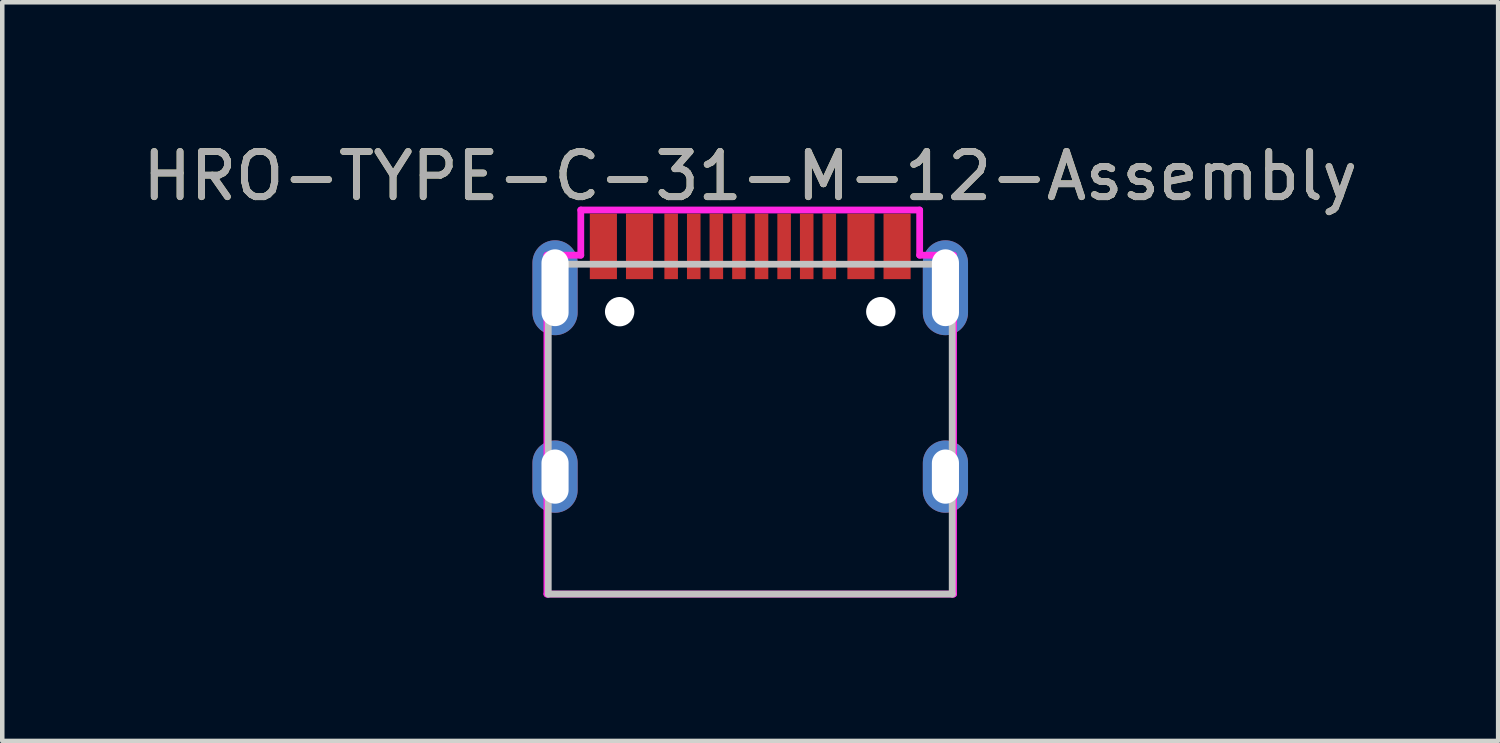
<source format=kicad_pcb>
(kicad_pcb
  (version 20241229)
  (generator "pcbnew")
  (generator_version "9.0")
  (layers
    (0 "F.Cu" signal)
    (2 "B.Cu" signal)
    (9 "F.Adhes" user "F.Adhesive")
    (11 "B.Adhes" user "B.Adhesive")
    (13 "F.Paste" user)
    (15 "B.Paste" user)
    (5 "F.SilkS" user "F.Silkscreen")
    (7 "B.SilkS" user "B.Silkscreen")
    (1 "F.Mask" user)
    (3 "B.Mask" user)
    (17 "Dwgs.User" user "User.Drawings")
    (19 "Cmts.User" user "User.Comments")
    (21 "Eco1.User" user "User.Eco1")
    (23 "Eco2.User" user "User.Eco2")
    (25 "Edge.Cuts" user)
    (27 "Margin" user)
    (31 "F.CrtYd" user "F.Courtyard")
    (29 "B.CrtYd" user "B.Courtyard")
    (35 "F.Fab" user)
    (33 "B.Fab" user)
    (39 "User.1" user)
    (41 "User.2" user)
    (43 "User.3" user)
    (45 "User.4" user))
  (footprint "HRO-TYPE-C-31-M-12-Assembly"
    (layer "F.Cu")
    (at 13.554 10.098)
    (property "Reference" "HRO-TYPE-C-31-M-12-Assembly" (at 0 -9.25 0) (layer "F.SilkS") (effects (font (size 1 1) (thickness 0.15))))
    (attr smd)
    (fp_line (start -4.47 -7.3) (end 4.47 -7.3) (stroke (width 0.15) (type solid)) (layer "Dwgs.User"))
    (fp_line (start -4.47 0) (end -4.47 -7.3) (stroke (width 0.15) (type solid)) (layer "Dwgs.User"))
    (fp_line (start -4.47 0) (end 4.47 0) (stroke (width 0.15) (type solid)) (layer "Dwgs.User"))
    (fp_line (start 4.47 0) (end 4.47 -7.3) (stroke (width 0.15) (type solid)) (layer "Dwgs.User"))
    (fp_line (start -4.5 -7.5) (end -3.75 -7.5) (stroke (width 0.15) (type solid)) (layer "F.CrtYd"))
    (fp_line (start -4.5 0) (end -4.5 -7.5) (stroke (width 0.15) (type solid)) (layer "F.CrtYd"))
    (fp_line (start -3.75 -8.5) (end 3.75 -8.5) (stroke (width 0.15) (type solid)) (layer "F.CrtYd"))
    (fp_line (start -3.75 -7.5) (end -3.75 -8.5) (stroke (width 0.15) (type solid)) (layer "F.CrtYd"))
    (fp_line (start 3.75 -8.5) (end 3.75 -7.5) (stroke (width 0.15) (type solid)) (layer "F.CrtYd"))
    (fp_line (start 3.75 -7.5) (end 4.5 -7.5) (stroke (width 0.15) (type solid)) (layer "F.CrtYd"))
    (fp_line (start 4.5 -7.5) (end 4.5 0) (stroke (width 0.15) (type solid)) (layer "F.CrtYd"))
    (fp_line (start 4.5 0) (end -4.5 0) (stroke (width 0.15) (type solid)) (layer "F.CrtYd"))
    (fp_text user "${REFERENCE}" (at 0 -9.25 0) (layer "F.Fab") (effects (font (size 1 1) (thickness 0.15))))
    (pad "" np_thru_hole circle (at -2.89 -6.25) (size 0.65 0.65) (drill 0.65) (layers "*.Cu" "*.Mask"))
    (pad "" np_thru_hole circle (at 2.89 -6.25) (size 0.65 0.65) (drill 0.65) (layers "*.Cu" "*.Mask"))
    (pad "1" smd rect (at -3.25 -7.695) (size 0.6 1.45) (layers "F.Cu" "F.Mask" "F.Paste"))
    (pad "2" smd rect (at -2.45 -7.695) (size 0.6 1.45) (layers "F.Cu" "F.Mask" "F.Paste"))
    (pad "3" smd rect (at -1.75 -7.695) (size 0.3 1.45) (layers "F.Cu" "F.Mask" "F.Paste"))
    (pad "4" smd rect (at -1.25 -7.695) (size 0.3 1.45) (layers "F.Cu" "F.Mask" "F.Paste"))
    (pad "5" smd rect (at -0.75 -7.695) (size 0.3 1.45) (layers "F.Cu" "F.Mask" "F.Paste"))
    (pad "6" smd rect (at -0.25 -7.695) (size 0.3 1.45) (layers "F.Cu" "F.Mask" "F.Paste"))
    (pad "7" smd rect (at 0.25 -7.695) (size 0.3 1.45) (layers "F.Cu" "F.Mask" "F.Paste"))
    (pad "8" smd rect (at 0.75 -7.695) (size 0.3 1.45) (layers "F.Cu" "F.Mask" "F.Paste"))
    (pad "9" smd rect (at 1.25 -7.695) (size 0.3 1.45) (layers "F.Cu" "F.Mask" "F.Paste"))
    (pad "10" smd rect (at 1.75 -7.695) (size 0.3 1.45) (layers "F.Cu" "F.Mask" "F.Paste"))
    (pad "11" smd rect (at 2.45 -7.695) (size 0.6 1.45) (layers "F.Cu" "F.Mask" "F.Paste"))
    (pad "12" smd rect (at 3.25 -7.695) (size 0.6 1.45) (layers "F.Cu" "F.Mask" "F.Paste"))
    (pad "13" thru_hole oval (at -4.32 -6.78) (size 1 2.1) (drill oval 0.6 1.7) (layers "*.Cu" "*.Mask"))
    (pad "13" thru_hole oval (at -4.32 -2.6) (size 1 1.6) (drill oval 0.6 1.2) (layers "*.Cu" "*.Mask"))
    (pad "13" thru_hole oval (at 4.32 -6.78) (size 1 2.1) (drill oval 0.6 1.7) (layers "*.Cu" "*.Mask"))
    (pad "13" thru_hole oval (at 4.32 -2.6) (size 1 1.6) (drill oval 0.6 1.2) (layers "*.Cu" "*.Mask")))
  (gr_rect
    (start -3 -3)
    (end 30.107 13.348)
    (stroke (width 0.1) (type default))
    (fill no)
    (layer "Edge.Cuts")))
</source>
